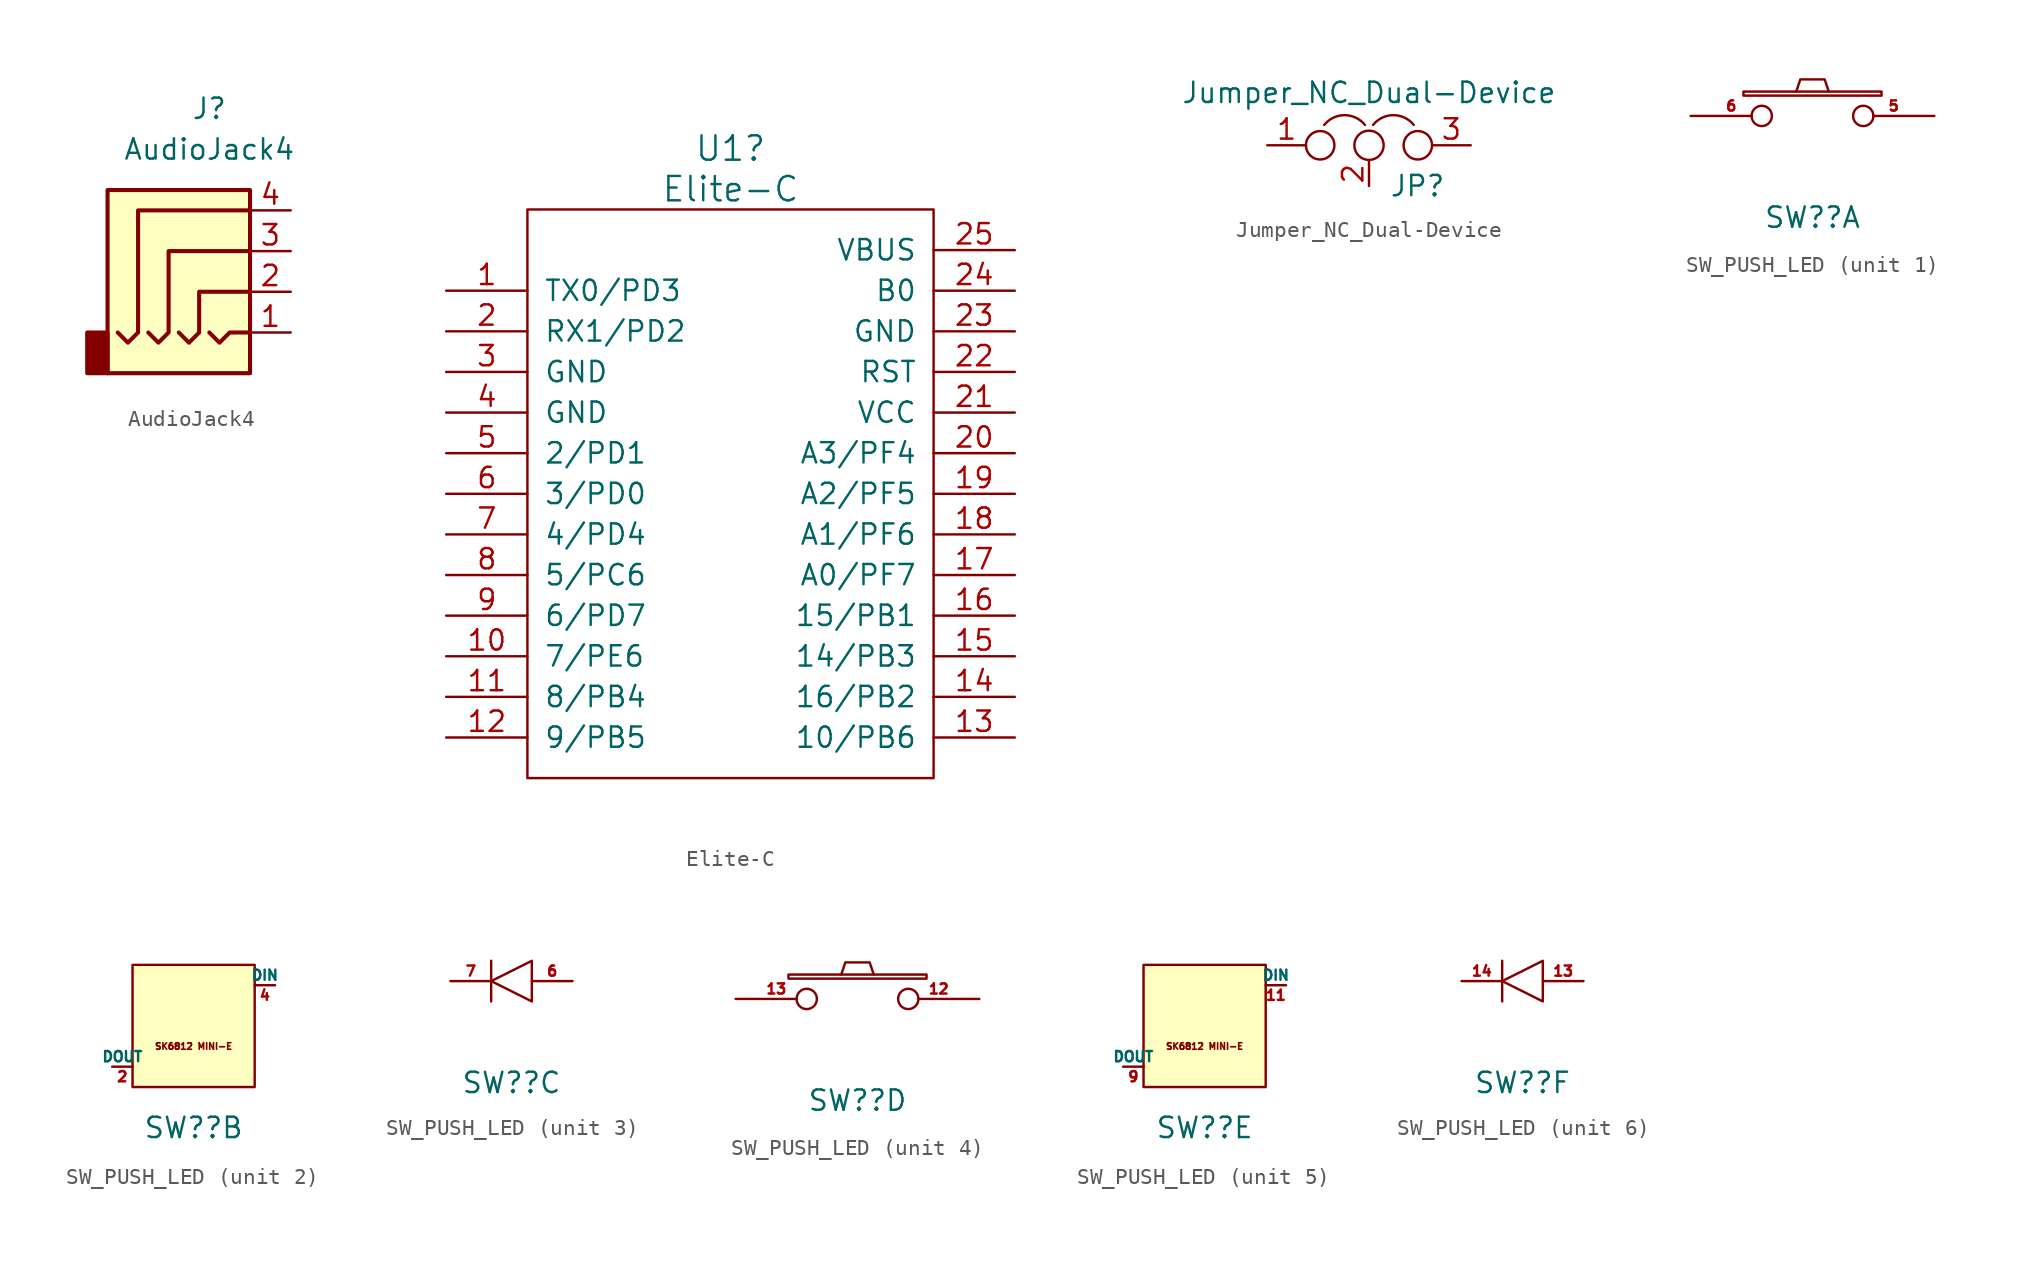
<source format=kicad_sym>
(kicad_symbol_lib
  (version 20211014)
  (generator kicad_symbol_editor)
  (symbol "AudioJack4"
    (property "Reference" "J"
      (at 0 8.89 0)
      (effects (font (size 1.27 1.27))))
    (property "Value" "AudioJack4"
      (at 0 6.35 0)
      (effects (font (size 1.27 1.27))))
    (symbol "AudioJack4_0_1"
      (rectangle (start -6.35 -5.08) (end -7.62 -7.62) (stroke (width 0.254) (type default) (color 0 0 0 0)) (fill (type outline)))
      (polyline (pts (xy 0 -5.08) (xy 0.635 -5.715) (xy 1.27 -5.08) (xy 2.54 -5.08)) (stroke (width 0.254) (type default) (color 0 0 0 0)) (fill (type none)))
      (polyline (pts (xy -5.715 -5.08) (xy -5.08 -5.715) (xy -4.445 -5.08) (xy -4.445 2.54) (xy 2.54 2.54)) (stroke (width 0.254) (type default) (color 0 0 0 0)) (fill (type none)))
      (polyline (pts (xy -1.905 -5.08) (xy -1.27 -5.715) (xy -0.635 -5.08) (xy -0.635 -2.54) (xy 2.54 -2.54)) (stroke (width 0.254) (type default) (color 0 0 0 0)) (fill (type none)))
      (polyline (pts (xy 2.54 0) (xy -2.54 0) (xy -2.54 -5.08) (xy -3.175 -5.715) (xy -3.81 -5.08)) (stroke (width 0.254) (type default) (color 0 0 0 0)) (fill (type none)))
      (rectangle (start 2.54 3.81) (end -6.35 -7.62) (stroke (width 0.254) (type default) (color 0 0 0 0)) (fill (type background))))
    (symbol "AudioJack4_1_1"
      (pin passive line (at 5.08 -5.08 180) (length 2.54) (name "~" (effects (font (size 1.27 1.27)))) (number "1" (effects (font (size 1.27 1.27)))))
      (pin passive line (at 5.08 -2.54 180) (length 2.54) (name "~" (effects (font (size 1.27 1.27)))) (number "2" (effects (font (size 1.27 1.27)))))
      (pin passive line (at 5.08 0 180) (length 2.54) (name "~" (effects (font (size 1.27 1.27)))) (number "3" (effects (font (size 1.27 1.27)))))
      (pin passive line (at 5.08 2.54 180) (length 2.54) (name "~" (effects (font (size 1.27 1.27)))) (number "4" (effects (font (size 1.27 1.27)))))))
  (symbol "Elite-C"
    (pin_names
      (offset 1.016))
    (property "Reference" "U1"
      (at 0 22.86 0)
      (effects (font (size 1.524 1.524))))
    (property "Value" "Elite-C"
      (at 0 20.32 0)
      (effects (font (size 1.524 1.524))))
    (symbol "Elite-C_0_1"
      (rectangle (start 12.7 -16.51) (end -12.7 19.05) (stroke (width 0) (type default) (color 0 0 0 0)) (fill (type none))))
    (symbol "Elite-C_1_1"
      (pin input line (at -17.78 13.97 0) (length 5.08) (name "TX0/PD3" (effects (font (size 1.27 1.27)))) (number "1" (effects (font (size 1.27 1.27)))))
      (pin input line (at -17.78 -8.89 0) (length 5.08) (name "7/PE6" (effects (font (size 1.27 1.27)))) (number "10" (effects (font (size 1.27 1.27)))))
      (pin input line (at -17.78 -11.43 0) (length 5.08) (name "8/PB4" (effects (font (size 1.27 1.27)))) (number "11" (effects (font (size 1.27 1.27)))))
      (pin input line (at -17.78 -13.97 0) (length 5.08) (name "9/PB5" (effects (font (size 1.27 1.27)))) (number "12" (effects (font (size 1.27 1.27)))))
      (pin input line (at 17.78 -13.97 180) (length 5.08) (name "10/PB6" (effects (font (size 1.27 1.27)))) (number "13" (effects (font (size 1.27 1.27)))))
      (pin input line (at 17.78 -11.43 180) (length 5.08) (name "16/PB2" (effects (font (size 1.27 1.27)))) (number "14" (effects (font (size 1.27 1.27)))))
      (pin input line (at 17.78 -8.89 180) (length 5.08) (name "14/PB3" (effects (font (size 1.27 1.27)))) (number "15" (effects (font (size 1.27 1.27)))))
      (pin input line (at 17.78 -6.35 180) (length 5.08) (name "15/PB1" (effects (font (size 1.27 1.27)))) (number "16" (effects (font (size 1.27 1.27)))))
      (pin input line (at 17.78 -3.81 180) (length 5.08) (name "A0/PF7" (effects (font (size 1.27 1.27)))) (number "17" (effects (font (size 1.27 1.27)))))
      (pin input line (at 17.78 -1.27 180) (length 5.08) (name "A1/PF6" (effects (font (size 1.27 1.27)))) (number "18" (effects (font (size 1.27 1.27)))))
      (pin input line (at 17.78 1.27 180) (length 5.08) (name "A2/PF5" (effects (font (size 1.27 1.27)))) (number "19" (effects (font (size 1.27 1.27)))))
      (pin input line (at -17.78 11.43 0) (length 5.08) (name "RX1/PD2" (effects (font (size 1.27 1.27)))) (number "2" (effects (font (size 1.27 1.27)))))
      (pin input line (at 17.78 3.81 180) (length 5.08) (name "A3/PF4" (effects (font (size 1.27 1.27)))) (number "20" (effects (font (size 1.27 1.27)))))
      (pin input line (at 17.78 6.35 180) (length 5.08) (name "VCC" (effects (font (size 1.27 1.27)))) (number "21" (effects (font (size 1.27 1.27)))))
      (pin input line (at 17.78 8.89 180) (length 5.08) (name "RST" (effects (font (size 1.27 1.27)))) (number "22" (effects (font (size 1.27 1.27)))))
      (pin power_out line (at 17.78 11.43 180) (length 5.08) (name "GND" (effects (font (size 1.27 1.27)))) (number "23" (effects (font (size 1.27 1.27)))))
      (pin power_out line (at 17.78 13.97 180) (length 5.08) (name "B0" (effects (font (size 1.27 1.27)))) (number "24" (effects (font (size 1.27 1.27)))))
      (pin power_out line (at 17.78 16.51 180) (length 5.08) (name "VBUS" (effects (font (size 1.27 1.27)))) (number "25" (effects (font (size 1.27 1.27)))))
      (pin input line (at -17.78 8.89 0) (length 5.08) (name "GND" (effects (font (size 1.27 1.27)))) (number "3" (effects (font (size 1.27 1.27)))))
      (pin input line (at -17.78 6.35 0) (length 5.08) (name "GND" (effects (font (size 1.27 1.27)))) (number "4" (effects (font (size 1.27 1.27)))))
      (pin input line (at -17.78 3.81 0) (length 5.08) (name "2/PD1" (effects (font (size 1.27 1.27)))) (number "5" (effects (font (size 1.27 1.27)))))
      (pin input line (at -17.78 1.27 0) (length 5.08) (name "3/PD0" (effects (font (size 1.27 1.27)))) (number "6" (effects (font (size 1.27 1.27)))))
      (pin input line (at -17.78 -1.27 0) (length 5.08) (name "4/PD4" (effects (font (size 1.27 1.27)))) (number "7" (effects (font (size 1.27 1.27)))))
      (pin input line (at -17.78 -3.81 0) (length 5.08) (name "5/PC6" (effects (font (size 1.27 1.27)))) (number "8" (effects (font (size 1.27 1.27)))))
      (pin input line (at -17.78 -6.35 0) (length 5.08) (name "6/PD7" (effects (font (size 1.27 1.27)))) (number "9" (effects (font (size 1.27 1.27)))))))
  (symbol "Jumper_NC_Dual-Device"
    (pin_names
      (offset 0.762) hide)
    (property "Reference" "JP"
      (at 1.27 -2.54 0)
      (effects (font (size 1.27 1.27)) (justify left)))
    (property "Value" "Jumper_NC_Dual-Device"
      (at 0 2.54 0)
      (effects (font (size 1.27 1.27)) (justify bottom)))
    (symbol "Jumper_NC_Dual-Device_0_1"
      (circle (center -3.048 0) (radius 0.889) (stroke (width 0) (type default) (color 0 0 0 0)) (fill (type none)))
      (arc (start -0.254 1.27) (mid -1.524 1.8804) (end -2.794 1.27) (stroke (width 0) (type default) (color 0 0 0 0)) (fill (type none)))
      (circle (center 0 0) (radius 0.914) (stroke (width 0) (type default) (color 0 0 0 0)) (fill (type none)))
      (arc (start 2.794 1.27) (mid 1.524 1.8804) (end 0.254 1.27) (stroke (width 0) (type default) (color 0 0 0 0)) (fill (type none)))
      (circle (center 3.048 0) (radius 0.889) (stroke (width 0) (type default) (color 0 0 0 0)) (fill (type none)))
      (pin passive line (at -6.35 0 0) (length 2.413) (name "1" (effects (font (size 1.27 1.27)))) (number "1" (effects (font (size 1.27 1.27)))))
      (pin passive line (at 0 -2.54 90) (length 1.524) (name "2" (effects (font (size 1.27 1.27)))) (number "2" (effects (font (size 1.27 1.27)))))
      (pin passive line (at 6.35 0 180) (length 2.413) (name "3" (effects (font (size 1.27 1.27)))) (number "3" (effects (font (size 1.27 1.27)))))))
  (symbol "SW_PUSH_LED"
    (pin_names
      (offset 0))
    (property "Reference" "SW?"
      (at 0 -6.35 0)
      (effects (font (size 1.27 1.27))))
    (property "ki_locked" ""
      (at 0 0 0)
      (effects (font (size 1.27 1.27))))
    (symbol "SW_PUSH_LED_1_1"
      (rectangle (start -4.318 1.27) (end 4.318 1.524) (stroke (width 0) (type default) (color 0 0 0 0)) (fill (type none)))
      (polyline (pts (xy -1.016 1.524) (xy -0.762 2.286) (xy 0.762 2.286) (xy 1.016 1.524)) (stroke (width 0) (type default) (color 0 0 0 0)) (fill (type none)))
      (pin passive inverted (at 7.62 0 180) (length 5.08) (name "~" (effects (font (size 0.61 0.61)))) (number "5" (effects (font (size 0.635 0.635)))))
      (pin passive inverted (at -7.62 0 0) (length 5.08) (name "~" (effects (font (size 0.61 0.61)))) (number "6" (effects (font (size 0.635 0.635))))))
    (symbol "SW_PUSH_LED_2_0"
      (text "SK6812 MINI-E" (at 0 -1.27 0) (effects (font (size 0.406 0.406)))))
    (symbol "SW_PUSH_LED_2_1"
      (rectangle (start 3.81 -3.81) (end -3.81 3.81) (stroke (width 0) (type default) (color 0 0 0 0)) (fill (type background)))
      (pin power_in line (at -5.08 2.54 0) (length 1.27) hide (name "VCC" (effects (font (size 0.635 0.635)))) (number "1" (effects (font (size 0.635 0.635)))))
      (pin output line (at -5.08 -2.54 0) (length 1.27) (name "DOUT" (effects (font (size 0.635 0.635)))) (number "2" (effects (font (size 0.635 0.635)))))
      (pin power_in line (at 5.08 -2.54 180) (length 1.27) hide (name "GND" (effects (font (size 0.635 0.635)))) (number "3" (effects (font (size 0.635 0.635)))))
      (pin input line (at 5.08 2.54 180) (length 1.27) (name "DIN" (effects (font (size 0.635 0.635)))) (number "4" (effects (font (size 0.635 0.635))))))
    (symbol "SW_PUSH_LED_3_1"
      (polyline (pts (xy -1.27 -1.27) (xy -1.27 1.27)) (stroke (width 0) (type default) (color 0 0 0 0)) (fill (type none)))
      (polyline (pts (xy -1.27 0) (xy 1.27 1.27) (xy 1.27 -1.27) (xy -1.27 0)) (stroke (width 0) (type default) (color 0 0 0 0)) (fill (type none)))
      (pin passive line (at 3.81 0 180) (length 2.54) (name "~" (effects (font (size 0.61 0.61)))) (number "6" (effects (font (size 0.635 0.635)))))
      (pin passive line (at -3.81 0 0) (length 2.54) (name "~" (effects (font (size 0.61 0.61)))) (number "7" (effects (font (size 0.635 0.635))))))
    (symbol "SW_PUSH_LED_4_1"
      (rectangle (start -4.318 1.27) (end 4.318 1.524) (stroke (width 0) (type default) (color 0 0 0 0)) (fill (type none)))
      (polyline (pts (xy -1.016 1.524) (xy -0.762 2.286) (xy 0.762 2.286) (xy 1.016 1.524)) (stroke (width 0) (type default) (color 0 0 0 0)) (fill (type none)))
      (pin passive inverted (at 7.62 0 180) (length 5.08) (name "~" (effects (font (size 0.61 0.61)))) (number "12" (effects (font (size 0.635 0.635)))))
      (pin passive inverted (at -7.62 0 0) (length 5.08) (name "~" (effects (font (size 0.61 0.61)))) (number "13" (effects (font (size 0.635 0.635))))))
    (symbol "SW_PUSH_LED_5_0"
      (text "SK6812 MINI-E" (at 0 -1.27 0) (effects (font (size 0.406 0.406)))))
    (symbol "SW_PUSH_LED_5_1"
      (rectangle (start 3.81 -3.81) (end -3.81 3.81) (stroke (width 0) (type default) (color 0 0 0 0)) (fill (type background)))
      (pin power_in line (at 5.08 -2.54 180) (length 1.27) hide (name "GND" (effects (font (size 0.635 0.635)))) (number "10" (effects (font (size 0.635 0.635)))))
      (pin input line (at 5.08 2.54 180) (length 1.27) (name "DIN" (effects (font (size 0.635 0.635)))) (number "11" (effects (font (size 0.635 0.635)))))
      (pin power_in line (at -5.08 2.54 0) (length 1.27) hide (name "VCC" (effects (font (size 0.635 0.635)))) (number "8" (effects (font (size 0.635 0.635)))))
      (pin output line (at -5.08 -2.54 0) (length 1.27) (name "DOUT" (effects (font (size 0.635 0.635)))) (number "9" (effects (font (size 0.635 0.635))))))
    (symbol "SW_PUSH_LED_6_1"
      (polyline (pts (xy -1.27 -1.27) (xy -1.27 1.27)) (stroke (width 0) (type default) (color 0 0 0 0)) (fill (type none)))
      (polyline (pts (xy -1.27 0) (xy 1.27 1.27) (xy 1.27 -1.27) (xy -1.27 0)) (stroke (width 0) (type default) (color 0 0 0 0)) (fill (type none)))
      (pin passive line (at 3.81 0 180) (length 2.54) (name "~" (effects (font (size 0.61 0.61)))) (number "13" (effects (font (size 0.635 0.635)))))
      (pin passive line (at -3.81 0 0) (length 2.54) (name "~" (effects (font (size 0.61 0.61)))) (number "14" (effects (font (size 0.635 0.635))))))))
</source>
